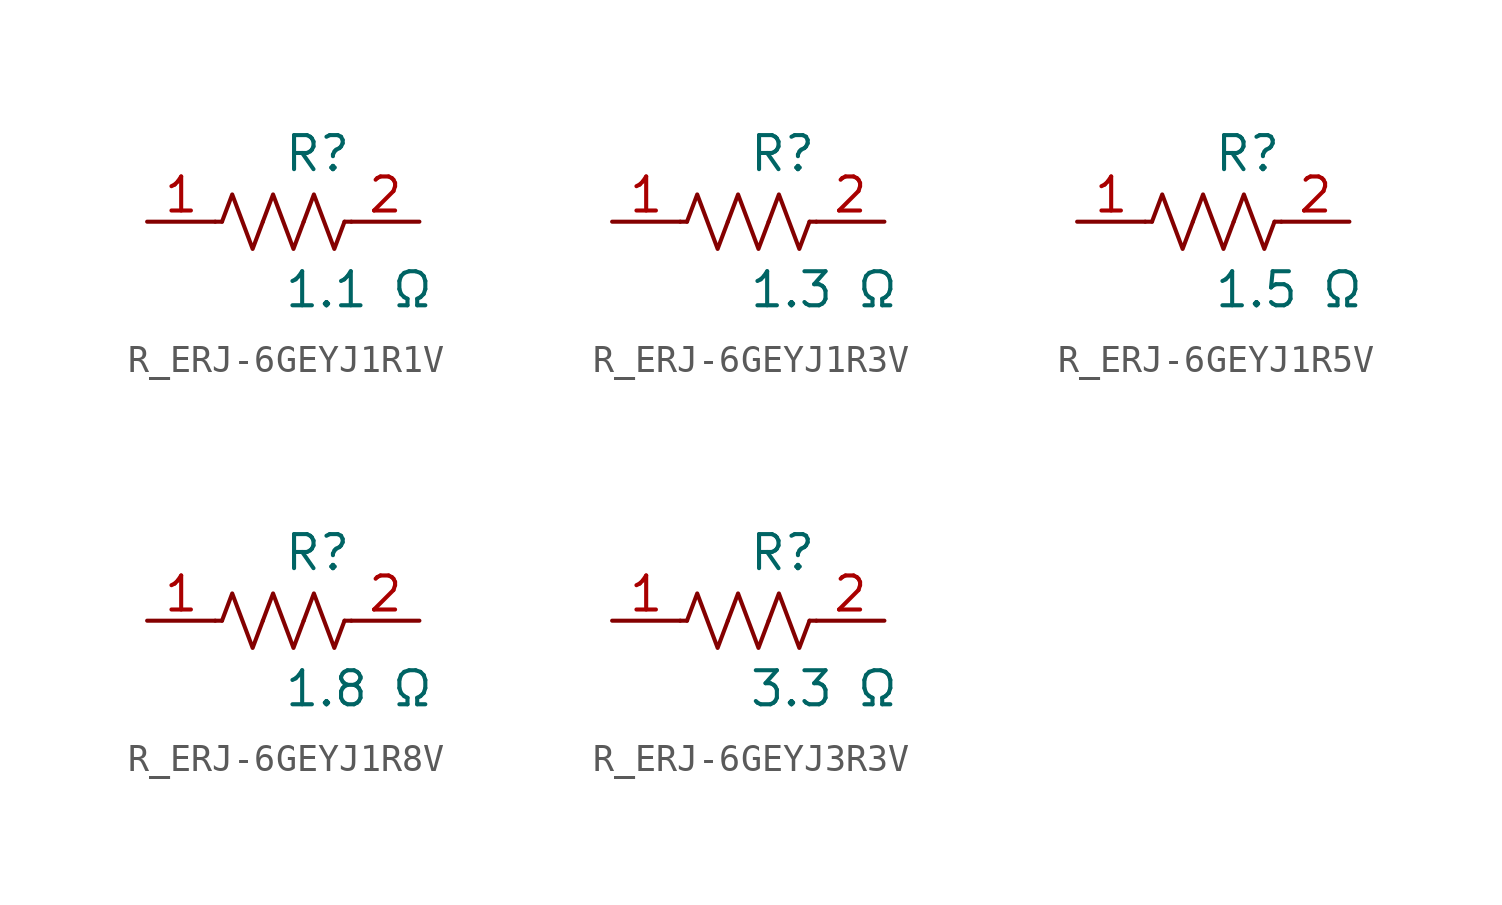
<source format=kicad_sym>
(kicad_symbol_lib
  (version 20231120)
  (generator kicad_symbol_editor)
  (generator_version 8.0)
  (symbol "R_ERJ-6GEYJ1R1V"
    (pin_names
      (offset 0.254))
    (property "Reference" "R"
      (at 0.0 2.54 0)
      (effects (font (size 1.27 1.27)) (justify left)))
    (property "Value" "1.1 Ω"
      (at 0.0 -2.54 0)
      (effects (font (size 1.27 1.27)) (justify left)))
    (symbol "R_ERJ-6GEYJ1R1V_0_1"
      (polyline (pts (xy 2.286 0) (xy 2.54 0)) (stroke (width 0) (type default)) (fill (type none)))
      (polyline (pts (xy -2.286 0) (xy -2.54 0)) (stroke (width 0) (type default)) (fill (type none)))
      (polyline (pts (xy 0.762 0) (xy 1.143 1.016) (xy 1.524 0) (xy 1.905 -1.016) (xy 2.286 0)) (stroke (width 0) (type default)) (fill (type none)))
      (polyline (pts (xy -0.762 0) (xy -0.381 1.016) (xy 0 0) (xy 0.381 -1.016) (xy 0.762 0)) (stroke (width 0) (type default)) (fill (type none)))
      (polyline (pts (xy -2.286 0) (xy -1.905 1.016) (xy -1.524 0) (xy -1.143 -1.016) (xy -0.762 0)) (stroke (width 0) (type default)) (fill (type none))))
    (pin unspecified line
      (at -5.08 0 0)
      (length 2.54)
      (name "" (effects (font (size 1.27 1.27))))
      (number "1" (effects (font (size 1.27 1.27)))))
    (pin unspecified line
      (at 5.08 0 180)
      (length 2.54)
      (name "" (effects (font (size 1.27 1.27))))
      (number "2" (effects (font (size 1.27 1.27))))))
  (symbol "R_ERJ-6GEYJ1R3V"
    (pin_names
      (offset 0.254))
    (property "Reference" "R"
      (at 0.0 2.54 0)
      (effects (font (size 1.27 1.27)) (justify left)))
    (property "Value" "1.3 Ω"
      (at 0.0 -2.54 0)
      (effects (font (size 1.27 1.27)) (justify left)))
    (symbol "R_ERJ-6GEYJ1R3V_0_1"
      (polyline (pts (xy 2.286 0) (xy 2.54 0)) (stroke (width 0) (type default)) (fill (type none)))
      (polyline (pts (xy -2.286 0) (xy -2.54 0)) (stroke (width 0) (type default)) (fill (type none)))
      (polyline (pts (xy 0.762 0) (xy 1.143 1.016) (xy 1.524 0) (xy 1.905 -1.016) (xy 2.286 0)) (stroke (width 0) (type default)) (fill (type none)))
      (polyline (pts (xy -0.762 0) (xy -0.381 1.016) (xy 0 0) (xy 0.381 -1.016) (xy 0.762 0)) (stroke (width 0) (type default)) (fill (type none)))
      (polyline (pts (xy -2.286 0) (xy -1.905 1.016) (xy -1.524 0) (xy -1.143 -1.016) (xy -0.762 0)) (stroke (width 0) (type default)) (fill (type none))))
    (pin unspecified line
      (at -5.08 0 0)
      (length 2.54)
      (name "" (effects (font (size 1.27 1.27))))
      (number "1" (effects (font (size 1.27 1.27)))))
    (pin unspecified line
      (at 5.08 0 180)
      (length 2.54)
      (name "" (effects (font (size 1.27 1.27))))
      (number "2" (effects (font (size 1.27 1.27))))))
  (symbol "R_ERJ-6GEYJ1R5V"
    (pin_names
      (offset 0.254))
    (property "Reference" "R"
      (at 0.0 2.54 0)
      (effects (font (size 1.27 1.27)) (justify left)))
    (property "Value" "1.5 Ω"
      (at 0.0 -2.54 0)
      (effects (font (size 1.27 1.27)) (justify left)))
    (symbol "R_ERJ-6GEYJ1R5V_0_1"
      (polyline (pts (xy 2.286 0) (xy 2.54 0)) (stroke (width 0) (type default)) (fill (type none)))
      (polyline (pts (xy -2.286 0) (xy -2.54 0)) (stroke (width 0) (type default)) (fill (type none)))
      (polyline (pts (xy 0.762 0) (xy 1.143 1.016) (xy 1.524 0) (xy 1.905 -1.016) (xy 2.286 0)) (stroke (width 0) (type default)) (fill (type none)))
      (polyline (pts (xy -0.762 0) (xy -0.381 1.016) (xy 0 0) (xy 0.381 -1.016) (xy 0.762 0)) (stroke (width 0) (type default)) (fill (type none)))
      (polyline (pts (xy -2.286 0) (xy -1.905 1.016) (xy -1.524 0) (xy -1.143 -1.016) (xy -0.762 0)) (stroke (width 0) (type default)) (fill (type none))))
    (pin unspecified line
      (at -5.08 0 0)
      (length 2.54)
      (name "" (effects (font (size 1.27 1.27))))
      (number "1" (effects (font (size 1.27 1.27)))))
    (pin unspecified line
      (at 5.08 0 180)
      (length 2.54)
      (name "" (effects (font (size 1.27 1.27))))
      (number "2" (effects (font (size 1.27 1.27))))))
  (symbol "R_ERJ-6GEYJ1R8V"
    (pin_names
      (offset 0.254))
    (property "Reference" "R"
      (at 0.0 2.54 0)
      (effects (font (size 1.27 1.27)) (justify left)))
    (property "Value" "1.8 Ω"
      (at 0.0 -2.54 0)
      (effects (font (size 1.27 1.27)) (justify left)))
    (symbol "R_ERJ-6GEYJ1R8V_0_1"
      (polyline (pts (xy 2.286 0) (xy 2.54 0)) (stroke (width 0) (type default)) (fill (type none)))
      (polyline (pts (xy -2.286 0) (xy -2.54 0)) (stroke (width 0) (type default)) (fill (type none)))
      (polyline (pts (xy 0.762 0) (xy 1.143 1.016) (xy 1.524 0) (xy 1.905 -1.016) (xy 2.286 0)) (stroke (width 0) (type default)) (fill (type none)))
      (polyline (pts (xy -0.762 0) (xy -0.381 1.016) (xy 0 0) (xy 0.381 -1.016) (xy 0.762 0)) (stroke (width 0) (type default)) (fill (type none)))
      (polyline (pts (xy -2.286 0) (xy -1.905 1.016) (xy -1.524 0) (xy -1.143 -1.016) (xy -0.762 0)) (stroke (width 0) (type default)) (fill (type none))))
    (pin unspecified line
      (at -5.08 0 0)
      (length 2.54)
      (name "" (effects (font (size 1.27 1.27))))
      (number "1" (effects (font (size 1.27 1.27)))))
    (pin unspecified line
      (at 5.08 0 180)
      (length 2.54)
      (name "" (effects (font (size 1.27 1.27))))
      (number "2" (effects (font (size 1.27 1.27))))))
  (symbol "R_ERJ-6GEYJ3R3V"
    (pin_names
      (offset 0.254))
    (property "Reference" "R"
      (at 0.0 2.54 0)
      (effects (font (size 1.27 1.27)) (justify left)))
    (property "Value" "3.3 Ω"
      (at 0.0 -2.54 0)
      (effects (font (size 1.27 1.27)) (justify left)))
    (symbol "R_ERJ-6GEYJ3R3V_0_1"
      (polyline (pts (xy 2.286 0) (xy 2.54 0)) (stroke (width 0) (type default)) (fill (type none)))
      (polyline (pts (xy -2.286 0) (xy -2.54 0)) (stroke (width 0) (type default)) (fill (type none)))
      (polyline (pts (xy 0.762 0) (xy 1.143 1.016) (xy 1.524 0) (xy 1.905 -1.016) (xy 2.286 0)) (stroke (width 0) (type default)) (fill (type none)))
      (polyline (pts (xy -0.762 0) (xy -0.381 1.016) (xy 0 0) (xy 0.381 -1.016) (xy 0.762 0)) (stroke (width 0) (type default)) (fill (type none)))
      (polyline (pts (xy -2.286 0) (xy -1.905 1.016) (xy -1.524 0) (xy -1.143 -1.016) (xy -0.762 0)) (stroke (width 0) (type default)) (fill (type none))))
    (pin unspecified line
      (at -5.08 0 0)
      (length 2.54)
      (name "" (effects (font (size 1.27 1.27))))
      (number "1" (effects (font (size 1.27 1.27)))))
    (pin unspecified line
      (at 5.08 0 180)
      (length 2.54)
      (name "" (effects (font (size 1.27 1.27))))
      (number "2" (effects (font (size 1.27 1.27)))))))
</source>
